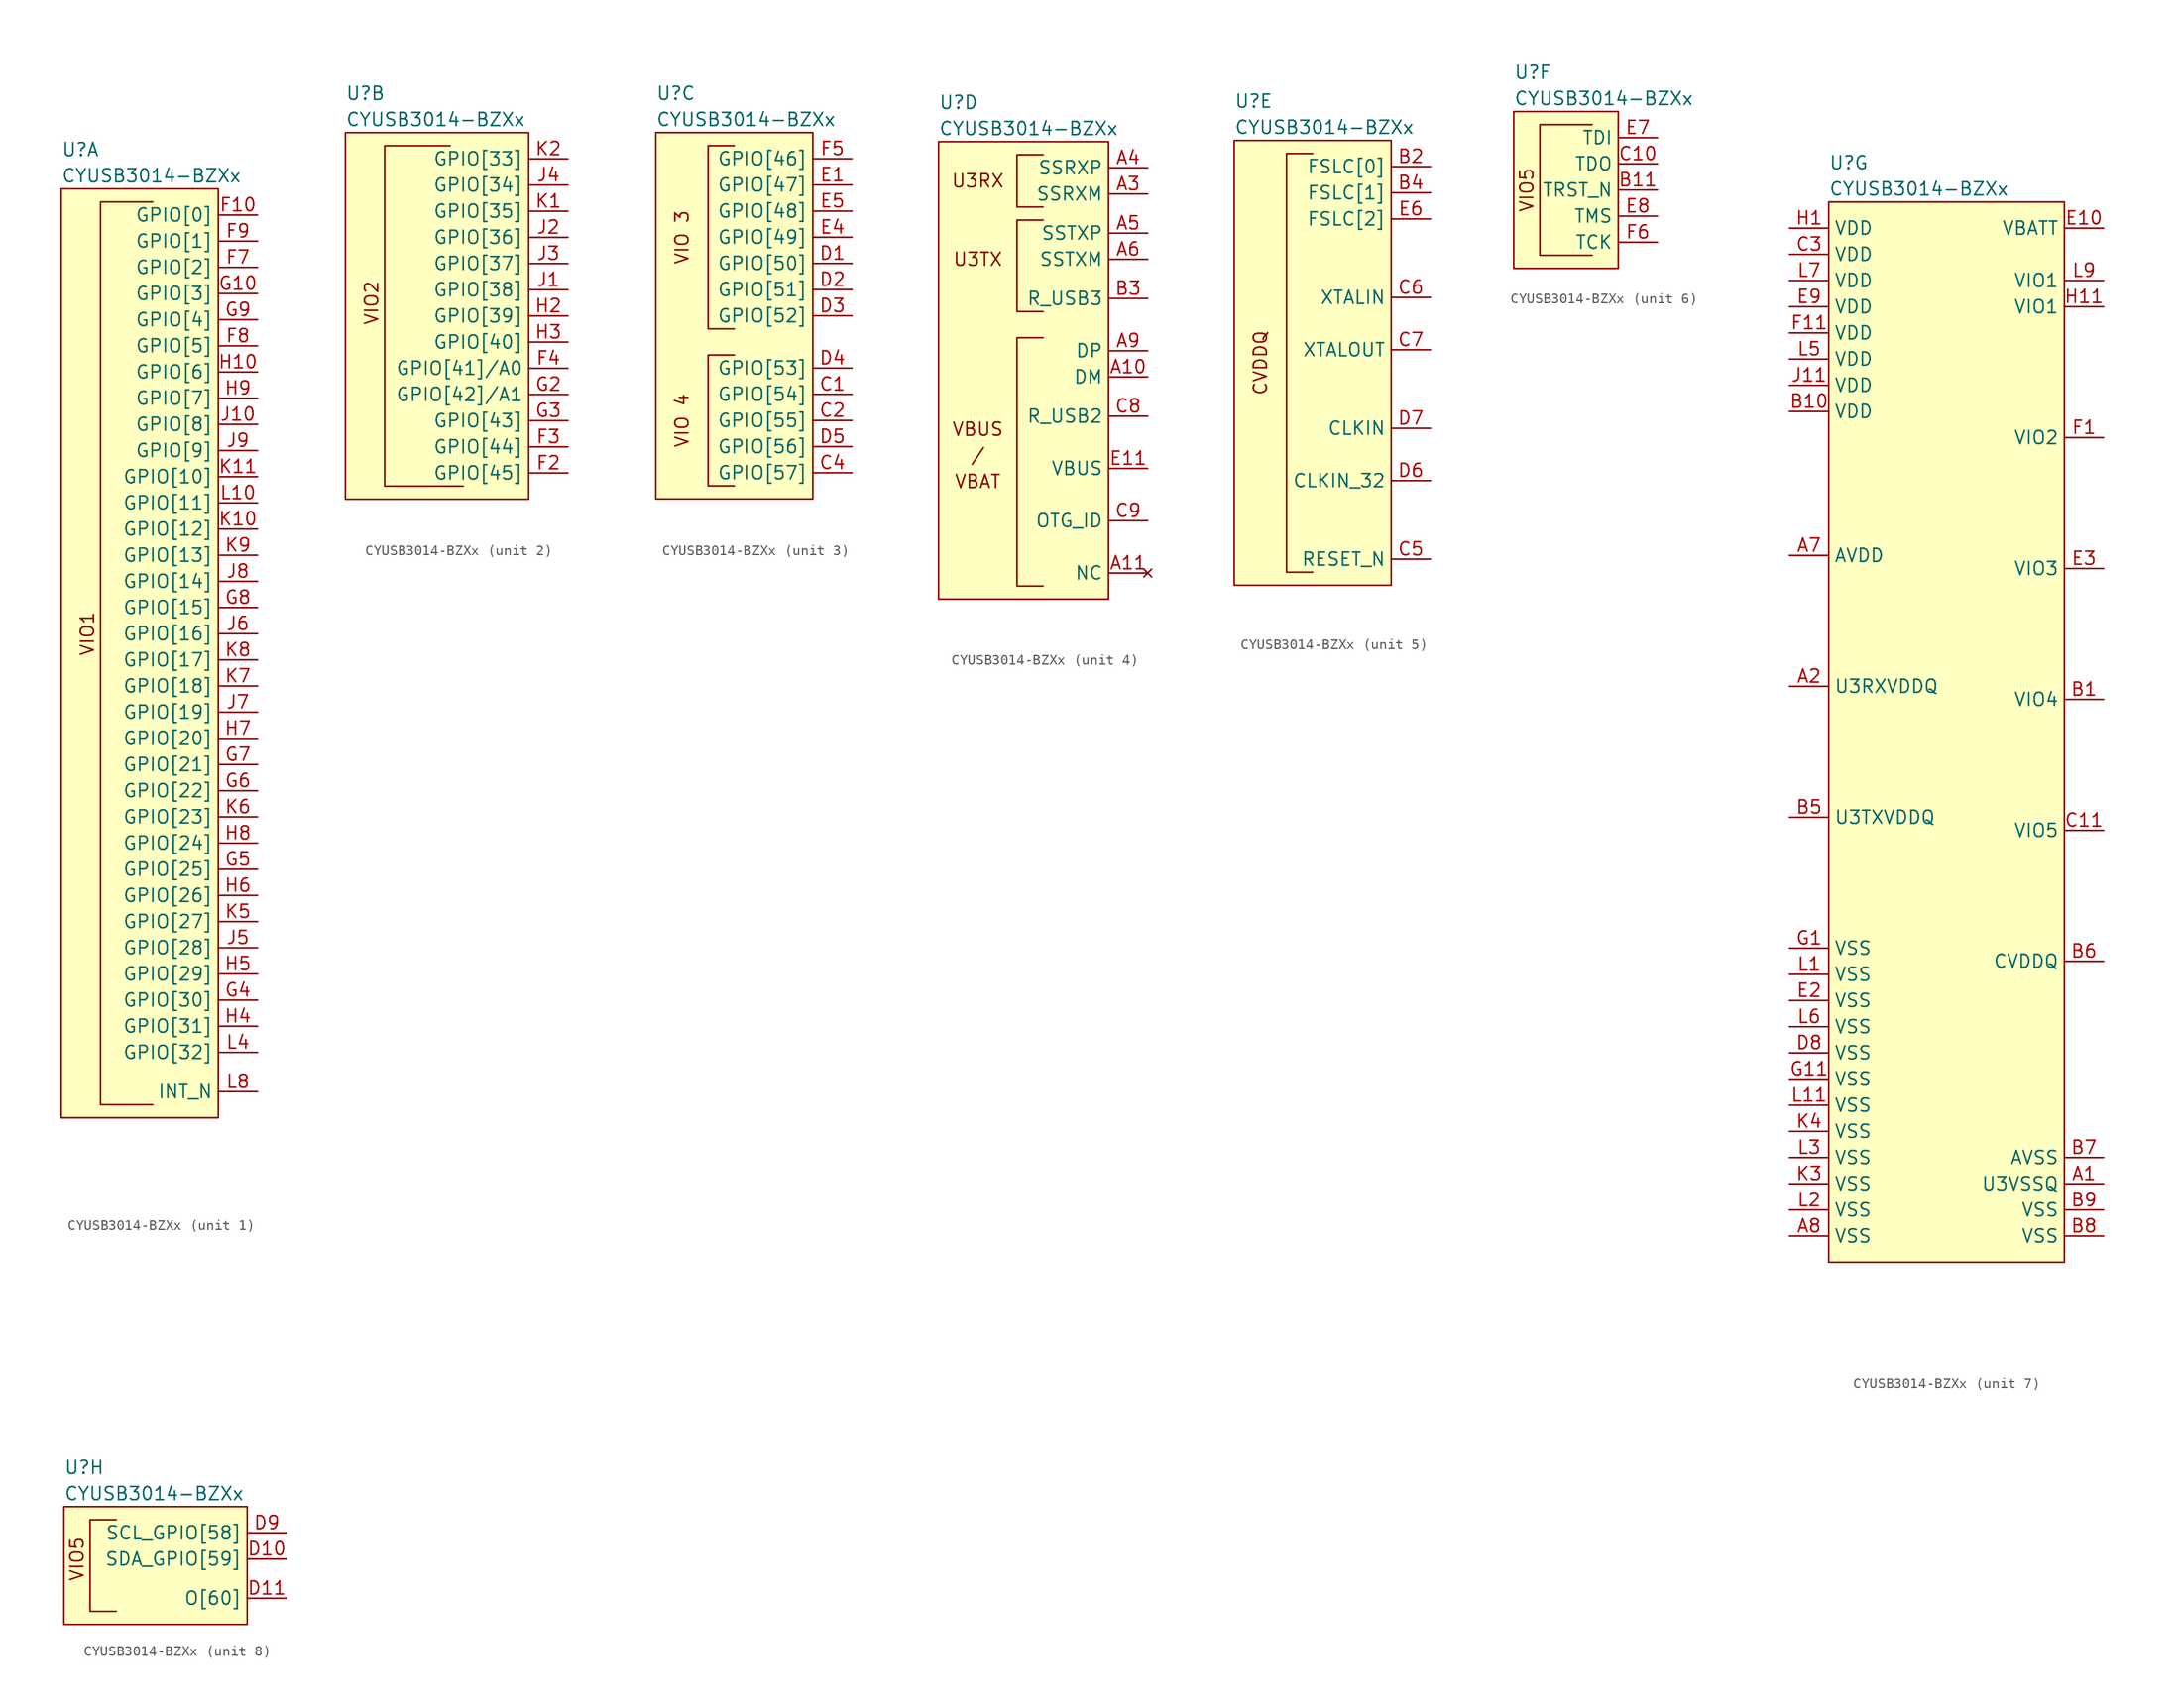
<source format=kicad_sym>
(kicad_symbol_lib
  (version 20231120)
  (generator "kicad_symbol_editor")
  (generator_version "8.0")
  (symbol "CYUSB3014-BZXx"
    (property "Reference" "U"
      (at -5.08 30.48 0)
      (effects (font (size 1.27 1.27)) (justify left)))
    (property "Value" "CYUSB3014-BZXx"
      (at -5.08 27.94 0)
      (effects (font (size 1.27 1.27)) (justify left)))
    (property "ki_locked" ""
      (at 0 0 0)
      (effects (font (size 1.27 1.27))))
    (symbol "CYUSB3014-BZXx_1_0"
      (polyline (pts (xy 3.81 25.4) (xy -1.27 25.4) (xy -1.27 -13.97) (xy -1.27 -62.23) (xy 3.81 -62.23)) (stroke (width 0) (type default)) (fill (type none))))
    (symbol "CYUSB3014-BZXx_1_1"
      (rectangle (start 10.16 26.67) (end -5.08 -63.5) (stroke (width 0) (type default)) (fill (type background)))
      (text "VIO1" (at -2.54 -16.51 900) (effects (font (size 1.27 1.27))))
      (pin bidirectional line (at 13.97 24.13 180) (length 3.81) (name "GPIO[0]" (effects (font (size 1.27 1.27)))) (number "F10" (effects (font (size 1.27 1.27)))))
      (pin bidirectional line (at 13.97 19.05 180) (length 3.81) (name "GPIO[2]" (effects (font (size 1.27 1.27)))) (number "F7" (effects (font (size 1.27 1.27)))))
      (pin bidirectional line (at 13.97 11.43 180) (length 3.81) (name "GPIO[5]" (effects (font (size 1.27 1.27)))) (number "F8" (effects (font (size 1.27 1.27)))))
      (pin bidirectional line (at 13.97 21.59 180) (length 3.81) (name "GPIO[1]" (effects (font (size 1.27 1.27)))) (number "F9" (effects (font (size 1.27 1.27)))))
      (pin bidirectional line (at 13.97 16.51 180) (length 3.81) (name "GPIO[3]" (effects (font (size 1.27 1.27)))) (number "G10" (effects (font (size 1.27 1.27)))))
      (pin bidirectional line (at 13.97 -52.07 180) (length 3.81) (name "GPIO[30]" (effects (font (size 1.27 1.27)))) (number "G4" (effects (font (size 1.27 1.27)))))
      (pin bidirectional line (at 13.97 -39.37 180) (length 3.81) (name "GPIO[25]" (effects (font (size 1.27 1.27)))) (number "G5" (effects (font (size 1.27 1.27)))))
      (pin bidirectional line (at 13.97 -31.75 180) (length 3.81) (name "GPIO[22]" (effects (font (size 1.27 1.27)))) (number "G6" (effects (font (size 1.27 1.27)))))
      (pin bidirectional line (at 13.97 -29.21 180) (length 3.81) (name "GPIO[21]" (effects (font (size 1.27 1.27)))) (number "G7" (effects (font (size 1.27 1.27)))))
      (pin bidirectional line (at 13.97 -13.97 180) (length 3.81) (name "GPIO[15]" (effects (font (size 1.27 1.27)))) (number "G8" (effects (font (size 1.27 1.27)))))
      (pin bidirectional line (at 13.97 13.97 180) (length 3.81) (name "GPIO[4]" (effects (font (size 1.27 1.27)))) (number "G9" (effects (font (size 1.27 1.27)))))
      (pin bidirectional line (at 13.97 8.89 180) (length 3.81) (name "GPIO[6]" (effects (font (size 1.27 1.27)))) (number "H10" (effects (font (size 1.27 1.27)))))
      (pin bidirectional line (at 13.97 -54.61 180) (length 3.81) (name "GPIO[31]" (effects (font (size 1.27 1.27)))) (number "H4" (effects (font (size 1.27 1.27)))))
      (pin bidirectional line (at 13.97 -49.53 180) (length 3.81) (name "GPIO[29]" (effects (font (size 1.27 1.27)))) (number "H5" (effects (font (size 1.27 1.27)))))
      (pin bidirectional line (at 13.97 -41.91 180) (length 3.81) (name "GPIO[26]" (effects (font (size 1.27 1.27)))) (number "H6" (effects (font (size 1.27 1.27)))))
      (pin bidirectional line (at 13.97 -26.67 180) (length 3.81) (name "GPIO[20]" (effects (font (size 1.27 1.27)))) (number "H7" (effects (font (size 1.27 1.27)))))
      (pin bidirectional line (at 13.97 -36.83 180) (length 3.81) (name "GPIO[24]" (effects (font (size 1.27 1.27)))) (number "H8" (effects (font (size 1.27 1.27)))))
      (pin bidirectional line (at 13.97 6.35 180) (length 3.81) (name "GPIO[7]" (effects (font (size 1.27 1.27)))) (number "H9" (effects (font (size 1.27 1.27)))))
      (pin bidirectional line (at 13.97 3.81 180) (length 3.81) (name "GPIO[8]" (effects (font (size 1.27 1.27)))) (number "J10" (effects (font (size 1.27 1.27)))))
      (pin bidirectional line (at 13.97 -46.99 180) (length 3.81) (name "GPIO[28]" (effects (font (size 1.27 1.27)))) (number "J5" (effects (font (size 1.27 1.27)))))
      (pin bidirectional line (at 13.97 -16.51 180) (length 3.81) (name "GPIO[16]" (effects (font (size 1.27 1.27)))) (number "J6" (effects (font (size 1.27 1.27)))))
      (pin bidirectional line (at 13.97 -24.13 180) (length 3.81) (name "GPIO[19]" (effects (font (size 1.27 1.27)))) (number "J7" (effects (font (size 1.27 1.27)))))
      (pin bidirectional line (at 13.97 -11.43 180) (length 3.81) (name "GPIO[14]" (effects (font (size 1.27 1.27)))) (number "J8" (effects (font (size 1.27 1.27)))))
      (pin bidirectional line (at 13.97 1.27 180) (length 3.81) (name "GPIO[9]" (effects (font (size 1.27 1.27)))) (number "J9" (effects (font (size 1.27 1.27)))))
      (pin bidirectional line (at 13.97 -6.35 180) (length 3.81) (name "GPIO[12]" (effects (font (size 1.27 1.27)))) (number "K10" (effects (font (size 1.27 1.27)))))
      (pin bidirectional line (at 13.97 -1.27 180) (length 3.81) (name "GPIO[10]" (effects (font (size 1.27 1.27)))) (number "K11" (effects (font (size 1.27 1.27)))))
      (pin bidirectional line (at 13.97 -44.45 180) (length 3.81) (name "GPIO[27]" (effects (font (size 1.27 1.27)))) (number "K5" (effects (font (size 1.27 1.27)))))
      (pin bidirectional line (at 13.97 -34.29 180) (length 3.81) (name "GPIO[23]" (effects (font (size 1.27 1.27)))) (number "K6" (effects (font (size 1.27 1.27)))))
      (pin bidirectional line (at 13.97 -21.59 180) (length 3.81) (name "GPIO[18]" (effects (font (size 1.27 1.27)))) (number "K7" (effects (font (size 1.27 1.27)))))
      (pin bidirectional line (at 13.97 -19.05 180) (length 3.81) (name "GPIO[17]" (effects (font (size 1.27 1.27)))) (number "K8" (effects (font (size 1.27 1.27)))))
      (pin bidirectional line (at 13.97 -8.89 180) (length 3.81) (name "GPIO[13]" (effects (font (size 1.27 1.27)))) (number "K9" (effects (font (size 1.27 1.27)))))
      (pin bidirectional line (at 13.97 -3.81 180) (length 3.81) (name "GPIO[11]" (effects (font (size 1.27 1.27)))) (number "L10" (effects (font (size 1.27 1.27)))))
      (pin bidirectional line (at 13.97 -57.15 180) (length 3.81) (name "GPIO[32]" (effects (font (size 1.27 1.27)))) (number "L4" (effects (font (size 1.27 1.27)))))
      (pin bidirectional line (at 13.97 -60.96 180) (length 3.81) (name "INT_N" (effects (font (size 1.27 1.27)))) (number "L8" (effects (font (size 1.27 1.27))))))
    (symbol "CYUSB3014-BZXx_2_1"
      (polyline (pts (xy 5.08 25.4) (xy -1.27 25.4) (xy -1.27 -7.62) (xy 6.35 -7.62)) (stroke (width 0) (type default)) (fill (type none)))
      (rectangle (start 12.7 26.67) (end -5.08 -8.89) (stroke (width 0) (type default)) (fill (type background)))
      (text "VIO2" (at -2.54 10.16 900) (effects (font (size 1.27 1.27))))
      (pin bidirectional line (at 16.51 -6.35 180) (length 3.81) (name "GPIO[45]" (effects (font (size 1.27 1.27)))) (number "F2" (effects (font (size 1.27 1.27)))))
      (pin bidirectional line (at 16.51 -3.81 180) (length 3.81) (name "GPIO[44]" (effects (font (size 1.27 1.27)))) (number "F3" (effects (font (size 1.27 1.27)))))
      (pin bidirectional line (at 16.51 3.81 180) (length 3.81) (name "GPIO[41]/A0" (effects (font (size 1.27 1.27)))) (number "F4" (effects (font (size 1.27 1.27)))))
      (pin bidirectional line (at 16.51 1.27 180) (length 3.81) (name "GPIO[42]/A1" (effects (font (size 1.27 1.27)))) (number "G2" (effects (font (size 1.27 1.27)))))
      (pin bidirectional line (at 16.51 -1.27 180) (length 3.81) (name "GPIO[43]" (effects (font (size 1.27 1.27)))) (number "G3" (effects (font (size 1.27 1.27)))))
      (pin bidirectional line (at 16.51 8.89 180) (length 3.81) (name "GPIO[39]" (effects (font (size 1.27 1.27)))) (number "H2" (effects (font (size 1.27 1.27)))))
      (pin bidirectional line (at 16.51 6.35 180) (length 3.81) (name "GPIO[40]" (effects (font (size 1.27 1.27)))) (number "H3" (effects (font (size 1.27 1.27)))))
      (pin bidirectional line (at 16.51 11.43 180) (length 3.81) (name "GPIO[38]" (effects (font (size 1.27 1.27)))) (number "J1" (effects (font (size 1.27 1.27)))))
      (pin bidirectional line (at 16.51 16.51 180) (length 3.81) (name "GPIO[36]" (effects (font (size 1.27 1.27)))) (number "J2" (effects (font (size 1.27 1.27)))))
      (pin bidirectional line (at 16.51 13.97 180) (length 3.81) (name "GPIO[37]" (effects (font (size 1.27 1.27)))) (number "J3" (effects (font (size 1.27 1.27)))))
      (pin bidirectional line (at 16.51 21.59 180) (length 3.81) (name "GPIO[34]" (effects (font (size 1.27 1.27)))) (number "J4" (effects (font (size 1.27 1.27)))))
      (pin bidirectional line (at 16.51 19.05 180) (length 3.81) (name "GPIO[35]" (effects (font (size 1.27 1.27)))) (number "K1" (effects (font (size 1.27 1.27)))))
      (pin bidirectional line (at 16.51 24.13 180) (length 3.81) (name "GPIO[33]" (effects (font (size 1.27 1.27)))) (number "K2" (effects (font (size 1.27 1.27))))))
    (symbol "CYUSB3014-BZXx_3_0"
      (polyline (pts (xy 2.54 5.08) (xy 0 5.08) (xy 0 -7.62) (xy 2.54 -7.62)) (stroke (width 0) (type default)) (fill (type none)))
      (polyline (pts (xy 2.54 25.4) (xy 0 25.4) (xy 0 7.62) (xy 2.54 7.62)) (stroke (width 0) (type default)) (fill (type none))))
    (symbol "CYUSB3014-BZXx_3_1"
      (rectangle (start -5.08 26.67) (end 10.16 -8.89) (stroke (width 0) (type default)) (fill (type background)))
      (text "VIO 3" (at -2.54 16.51 900) (effects (font (size 1.27 1.27))))
      (text "VIO 4" (at -2.54 -1.27 900) (effects (font (size 1.27 1.27))))
      (pin bidirectional line (at 13.97 1.27 180) (length 3.81) (name "GPIO[54]" (effects (font (size 1.27 1.27)))) (number "C1" (effects (font (size 1.27 1.27)))))
      (pin bidirectional line (at 13.97 -1.27 180) (length 3.81) (name "GPIO[55]" (effects (font (size 1.27 1.27)))) (number "C2" (effects (font (size 1.27 1.27)))))
      (pin bidirectional line (at 13.97 -6.35 180) (length 3.81) (name "GPIO[57]" (effects (font (size 1.27 1.27)))) (number "C4" (effects (font (size 1.27 1.27)))))
      (pin bidirectional line (at 13.97 13.97 180) (length 3.81) (name "GPIO[50]" (effects (font (size 1.27 1.27)))) (number "D1" (effects (font (size 1.27 1.27)))))
      (pin bidirectional line (at 13.97 11.43 180) (length 3.81) (name "GPIO[51]" (effects (font (size 1.27 1.27)))) (number "D2" (effects (font (size 1.27 1.27)))))
      (pin bidirectional line (at 13.97 8.89 180) (length 3.81) (name "GPIO[52]" (effects (font (size 1.27 1.27)))) (number "D3" (effects (font (size 1.27 1.27)))))
      (pin bidirectional line (at 13.97 3.81 180) (length 3.81) (name "GPIO[53]" (effects (font (size 1.27 1.27)))) (number "D4" (effects (font (size 1.27 1.27)))))
      (pin bidirectional line (at 13.97 -3.81 180) (length 3.81) (name "GPIO[56]" (effects (font (size 1.27 1.27)))) (number "D5" (effects (font (size 1.27 1.27)))))
      (pin bidirectional line (at 13.97 21.59 180) (length 3.81) (name "GPIO[47]" (effects (font (size 1.27 1.27)))) (number "E1" (effects (font (size 1.27 1.27)))))
      (pin bidirectional line (at 13.97 16.51 180) (length 3.81) (name "GPIO[49]" (effects (font (size 1.27 1.27)))) (number "E4" (effects (font (size 1.27 1.27)))))
      (pin bidirectional line (at 13.97 19.05 180) (length 3.81) (name "GPIO[48]" (effects (font (size 1.27 1.27)))) (number "E5" (effects (font (size 1.27 1.27)))))
      (pin bidirectional line (at 13.97 24.13 180) (length 3.81) (name "GPIO[46]" (effects (font (size 1.27 1.27)))) (number "F5" (effects (font (size 1.27 1.27))))))
    (symbol "CYUSB3014-BZXx_4_0"
      (polyline (pts (xy 5.08 7.62) (xy 2.54 7.62) (xy 2.54 -16.51) (xy 5.08 -16.51)) (stroke (width 0) (type default)) (fill (type none)))
      (polyline (pts (xy 5.08 19.05) (xy 2.54 19.05) (xy 2.54 10.16) (xy 5.08 10.16)) (stroke (width 0) (type default)) (fill (type none)))
      (polyline (pts (xy 5.08 20.32) (xy 2.54 20.32) (xy 2.54 25.4) (xy 5.08 25.4)) (stroke (width 0) (type default)) (fill (type none)))
      (text "/" (at -1.27 -3.81 0) (effects (font (size 1.27 1.27))))
      (text "U3RX" (at -1.27 22.86 0) (effects (font (size 1.27 1.27))))
      (text "U3TX" (at -1.27 15.24 0) (effects (font (size 1.27 1.27))))
      (text "VBAT" (at -1.27 -6.35 0) (effects (font (size 1.27 1.27))))
      (text "VBUS" (at -1.27 -1.27 0) (effects (font (size 1.27 1.27)))))
    (symbol "CYUSB3014-BZXx_4_1"
      (rectangle (start -5.08 26.67) (end 11.43 -17.78) (stroke (width 0) (type default)) (fill (type background)))
      (pin bidirectional line (at 15.24 3.81 180) (length 3.81) (name "DM" (effects (font (size 1.27 1.27)))) (number "A10" (effects (font (size 1.27 1.27)))))
      (pin no_connect line (at 15.24 -15.24 180) (length 3.81) (name "NC" (effects (font (size 1.27 1.27)))) (number "A11" (effects (font (size 1.27 1.27)))))
      (pin input line (at 15.24 21.59 180) (length 3.81) (name "SSRXM" (effects (font (size 1.27 1.27)))) (number "A3" (effects (font (size 1.27 1.27)))))
      (pin input line (at 15.24 24.13 180) (length 3.81) (name "SSRXP" (effects (font (size 1.27 1.27)))) (number "A4" (effects (font (size 1.27 1.27)))))
      (pin output line (at 15.24 17.78 180) (length 3.81) (name "SSTXP" (effects (font (size 1.27 1.27)))) (number "A5" (effects (font (size 1.27 1.27)))))
      (pin output line (at 15.24 15.24 180) (length 3.81) (name "SSTXM" (effects (font (size 1.27 1.27)))) (number "A6" (effects (font (size 1.27 1.27)))))
      (pin bidirectional line (at 15.24 6.35 180) (length 3.81) (name "DP" (effects (font (size 1.27 1.27)))) (number "A9" (effects (font (size 1.27 1.27)))))
      (pin bidirectional line (at 15.24 11.43 180) (length 3.81) (name "R_USB3" (effects (font (size 1.27 1.27)))) (number "B3" (effects (font (size 1.27 1.27)))))
      (pin bidirectional line (at 15.24 0 180) (length 3.81) (name "R_USB2" (effects (font (size 1.27 1.27)))) (number "C8" (effects (font (size 1.27 1.27)))))
      (pin input line (at 15.24 -10.16 180) (length 3.81) (name "OTG_ID" (effects (font (size 1.27 1.27)))) (number "C9" (effects (font (size 1.27 1.27)))))
      (pin power_in line (at 15.24 -5.08 180) (length 3.81) (name "VBUS" (effects (font (size 1.27 1.27)))) (number "E11" (effects (font (size 1.27 1.27))))))
    (symbol "CYUSB3014-BZXx_5_0"
      (polyline (pts (xy 2.54 25.4) (xy 0 25.4) (xy 0 -15.24) (xy 2.54 -15.24)) (stroke (width 0) (type default)) (fill (type none)))
      (text "CVDDQ" (at -2.54 5.08 900) (effects (font (size 1.27 1.27)))))
    (symbol "CYUSB3014-BZXx_5_1"
      (rectangle (start -5.08 26.67) (end 10.16 -16.51) (stroke (width 0) (type default)) (fill (type background)))
      (pin input line (at 13.97 24.13 180) (length 3.81) (name "FSLC[0]" (effects (font (size 1.27 1.27)))) (number "B2" (effects (font (size 1.27 1.27)))))
      (pin input line (at 13.97 21.59 180) (length 3.81) (name "FSLC[1]" (effects (font (size 1.27 1.27)))) (number "B4" (effects (font (size 1.27 1.27)))))
      (pin input line (at 13.97 -13.97 180) (length 3.81) (name "RESET_N" (effects (font (size 1.27 1.27)))) (number "C5" (effects (font (size 1.27 1.27)))))
      (pin bidirectional line (at 13.97 11.43 180) (length 3.81) (name "XTALIN" (effects (font (size 1.27 1.27)))) (number "C6" (effects (font (size 1.27 1.27)))))
      (pin bidirectional line (at 13.97 6.35 180) (length 3.81) (name "XTALOUT" (effects (font (size 1.27 1.27)))) (number "C7" (effects (font (size 1.27 1.27)))))
      (pin input line (at 13.97 -6.35 180) (length 3.81) (name "CLKIN_32" (effects (font (size 1.27 1.27)))) (number "D6" (effects (font (size 1.27 1.27)))))
      (pin input line (at 13.97 -1.27 180) (length 3.81) (name "CLKIN" (effects (font (size 1.27 1.27)))) (number "D7" (effects (font (size 1.27 1.27)))))
      (pin input line (at 13.97 19.05 180) (length 3.81) (name "FSLC[2]" (effects (font (size 1.27 1.27)))) (number "E6" (effects (font (size 1.27 1.27))))))
    (symbol "CYUSB3014-BZXx_6_0"
      (polyline (pts (xy 2.54 25.4) (xy -2.54 25.4) (xy -2.54 12.7) (xy 2.54 12.7)) (stroke (width 0) (type default)) (fill (type none)))
      (rectangle (start 5.08 26.67) (end -5.08 11.43) (stroke (width 0) (type default)) (fill (type background)))
      (text "VIO5" (at -3.81 19.05 900) (effects (font (size 1.27 1.27)))))
    (symbol "CYUSB3014-BZXx_6_1"
      (pin input line (at 8.89 19.05 180) (length 3.81) (name "TRST_N" (effects (font (size 1.27 1.27)))) (number "B11" (effects (font (size 1.27 1.27)))))
      (pin output line (at 8.89 21.59 180) (length 3.81) (name "TDO" (effects (font (size 1.27 1.27)))) (number "C10" (effects (font (size 1.27 1.27)))))
      (pin input line (at 8.89 24.13 180) (length 3.81) (name "TDI" (effects (font (size 1.27 1.27)))) (number "E7" (effects (font (size 1.27 1.27)))))
      (pin input line (at 8.89 16.51 180) (length 3.81) (name "TMS" (effects (font (size 1.27 1.27)))) (number "E8" (effects (font (size 1.27 1.27)))))
      (pin input line (at 8.89 13.97 180) (length 3.81) (name "TCK" (effects (font (size 1.27 1.27)))) (number "F6" (effects (font (size 1.27 1.27))))))
    (symbol "CYUSB3014-BZXx_7_1"
      (rectangle (start -5.08 26.67) (end 17.78 -76.2) (stroke (width 0) (type default)) (fill (type background)))
      (pin power_in line (at 21.59 -68.58 180) (length 3.81) (name "U3VSSQ" (effects (font (size 1.27 1.27)))) (number "A1" (effects (font (size 1.27 1.27)))))
      (pin power_in line (at -8.89 -20.32 0) (length 3.81) (name "U3RXVDDQ" (effects (font (size 1.27 1.27)))) (number "A2" (effects (font (size 1.27 1.27)))))
      (pin power_in line (at -8.89 -7.62 0) (length 3.81) (name "AVDD" (effects (font (size 1.27 1.27)))) (number "A7" (effects (font (size 1.27 1.27)))))
      (pin power_in line (at -8.89 -73.66 0) (length 3.81) (name "VSS" (effects (font (size 1.27 1.27)))) (number "A8" (effects (font (size 1.27 1.27)))))
      (pin power_in line (at 21.59 -21.59 180) (length 3.81) (name "VIO4" (effects (font (size 1.27 1.27)))) (number "B1" (effects (font (size 1.27 1.27)))))
      (pin power_in line (at -8.89 6.35 0) (length 3.81) (name "VDD" (effects (font (size 1.27 1.27)))) (number "B10" (effects (font (size 1.27 1.27)))))
      (pin power_in line (at -8.89 -33.02 0) (length 3.81) (name "U3TXVDDQ" (effects (font (size 1.27 1.27)))) (number "B5" (effects (font (size 1.27 1.27)))))
      (pin power_in line (at 21.59 -46.99 180) (length 3.81) (name "CVDDQ" (effects (font (size 1.27 1.27)))) (number "B6" (effects (font (size 1.27 1.27)))))
      (pin power_in line (at 21.59 -66.04 180) (length 3.81) (name "AVSS" (effects (font (size 1.27 1.27)))) (number "B7" (effects (font (size 1.27 1.27)))))
      (pin power_in line (at 21.59 -73.66 180) (length 3.81) (name "VSS" (effects (font (size 1.27 1.27)))) (number "B8" (effects (font (size 1.27 1.27)))))
      (pin power_in line (at 21.59 -71.12 180) (length 3.81) (name "VSS" (effects (font (size 1.27 1.27)))) (number "B9" (effects (font (size 1.27 1.27)))))
      (pin power_in line (at 21.59 -34.29 180) (length 3.81) (name "VIO5" (effects (font (size 1.27 1.27)))) (number "C11" (effects (font (size 1.27 1.27)))))
      (pin power_in line (at -8.89 21.59 0) (length 3.81) (name "VDD" (effects (font (size 1.27 1.27)))) (number "C3" (effects (font (size 1.27 1.27)))))
      (pin power_in line (at -8.89 -55.88 0) (length 3.81) (name "VSS" (effects (font (size 1.27 1.27)))) (number "D8" (effects (font (size 1.27 1.27)))))
      (pin power_in line (at 21.59 24.13 180) (length 3.81) (name "VBATT" (effects (font (size 1.27 1.27)))) (number "E10" (effects (font (size 1.27 1.27)))))
      (pin power_in line (at -8.89 -50.8 0) (length 3.81) (name "VSS" (effects (font (size 1.27 1.27)))) (number "E2" (effects (font (size 1.27 1.27)))))
      (pin power_in line (at 21.59 -8.89 180) (length 3.81) (name "VIO3" (effects (font (size 1.27 1.27)))) (number "E3" (effects (font (size 1.27 1.27)))))
      (pin power_in line (at -8.89 16.51 0) (length 3.81) (name "VDD" (effects (font (size 1.27 1.27)))) (number "E9" (effects (font (size 1.27 1.27)))))
      (pin power_in line (at 21.59 3.81 180) (length 3.81) (name "VIO2" (effects (font (size 1.27 1.27)))) (number "F1" (effects (font (size 1.27 1.27)))))
      (pin power_in line (at -8.89 13.97 0) (length 3.81) (name "VDD" (effects (font (size 1.27 1.27)))) (number "F11" (effects (font (size 1.27 1.27)))))
      (pin power_in line (at -8.89 -45.72 0) (length 3.81) (name "VSS" (effects (font (size 1.27 1.27)))) (number "G1" (effects (font (size 1.27 1.27)))))
      (pin power_in line (at -8.89 -58.42 0) (length 3.81) (name "VSS" (effects (font (size 1.27 1.27)))) (number "G11" (effects (font (size 1.27 1.27)))))
      (pin power_in line (at -8.89 24.13 0) (length 3.81) (name "VDD" (effects (font (size 1.27 1.27)))) (number "H1" (effects (font (size 1.27 1.27)))))
      (pin power_in line (at 21.59 16.51 180) (length 3.81) (name "VIO1" (effects (font (size 1.27 1.27)))) (number "H11" (effects (font (size 1.27 1.27)))))
      (pin power_in line (at -8.89 8.89 0) (length 3.81) (name "VDD" (effects (font (size 1.27 1.27)))) (number "J11" (effects (font (size 1.27 1.27)))))
      (pin power_in line (at -8.89 -68.58 0) (length 3.81) (name "VSS" (effects (font (size 1.27 1.27)))) (number "K3" (effects (font (size 1.27 1.27)))))
      (pin power_in line (at -8.89 -63.5 0) (length 3.81) (name "VSS" (effects (font (size 1.27 1.27)))) (number "K4" (effects (font (size 1.27 1.27)))))
      (pin power_in line (at -8.89 -48.26 0) (length 3.81) (name "VSS" (effects (font (size 1.27 1.27)))) (number "L1" (effects (font (size 1.27 1.27)))))
      (pin power_in line (at -8.89 -60.96 0) (length 3.81) (name "VSS" (effects (font (size 1.27 1.27)))) (number "L11" (effects (font (size 1.27 1.27)))))
      (pin power_in line (at -8.89 -71.12 0) (length 3.81) (name "VSS" (effects (font (size 1.27 1.27)))) (number "L2" (effects (font (size 1.27 1.27)))))
      (pin power_in line (at -8.89 -66.04 0) (length 3.81) (name "VSS" (effects (font (size 1.27 1.27)))) (number "L3" (effects (font (size 1.27 1.27)))))
      (pin power_in line (at -8.89 11.43 0) (length 3.81) (name "VDD" (effects (font (size 1.27 1.27)))) (number "L5" (effects (font (size 1.27 1.27)))))
      (pin power_in line (at -8.89 -53.34 0) (length 3.81) (name "VSS" (effects (font (size 1.27 1.27)))) (number "L6" (effects (font (size 1.27 1.27)))))
      (pin power_in line (at -8.89 19.05 0) (length 3.81) (name "VDD" (effects (font (size 1.27 1.27)))) (number "L7" (effects (font (size 1.27 1.27)))))
      (pin power_in line (at 21.59 19.05 180) (length 3.81) (name "VIO1" (effects (font (size 1.27 1.27)))) (number "L9" (effects (font (size 1.27 1.27))))))
    (symbol "CYUSB3014-BZXx_8_1"
      (rectangle (start -5.08 26.67) (end 12.7 15.24) (stroke (width 0) (type default)) (fill (type background)))
      (polyline (pts (xy 0 25.4) (xy -2.54 25.4) (xy -2.54 16.51) (xy 0 16.51)) (stroke (width 0) (type default)) (fill (type none)))
      (text "VIO5" (at -3.81 21.59 900) (effects (font (size 1.27 1.27))))
      (pin bidirectional line (at 16.51 21.59 180) (length 3.81) (name "SDA_GPIO[59]" (effects (font (size 1.27 1.27)))) (number "D10" (effects (font (size 1.27 1.27)))))
      (pin bidirectional line (at 16.51 17.78 180) (length 3.81) (name "O[60]" (effects (font (size 1.27 1.27)))) (number "D11" (effects (font (size 1.27 1.27)))))
      (pin bidirectional line (at 16.51 24.13 180) (length 3.81) (name "SCL_GPIO[58]" (effects (font (size 1.27 1.27)))) (number "D9" (effects (font (size 1.27 1.27))))))))
</source>
